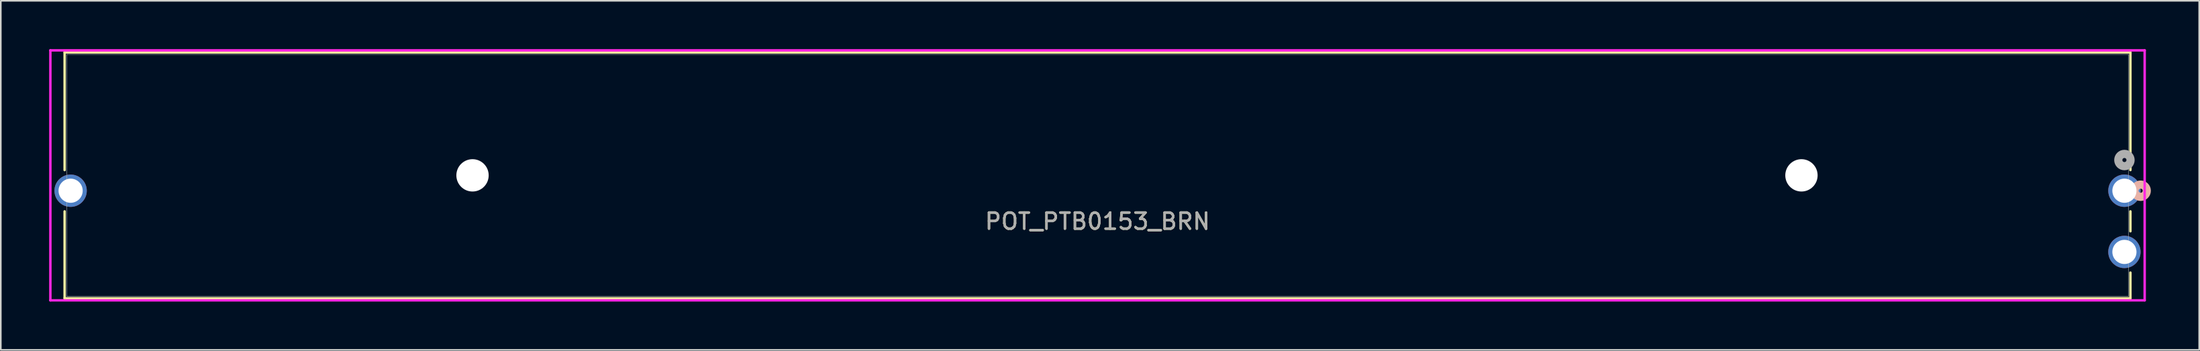
<source format=kicad_pcb>
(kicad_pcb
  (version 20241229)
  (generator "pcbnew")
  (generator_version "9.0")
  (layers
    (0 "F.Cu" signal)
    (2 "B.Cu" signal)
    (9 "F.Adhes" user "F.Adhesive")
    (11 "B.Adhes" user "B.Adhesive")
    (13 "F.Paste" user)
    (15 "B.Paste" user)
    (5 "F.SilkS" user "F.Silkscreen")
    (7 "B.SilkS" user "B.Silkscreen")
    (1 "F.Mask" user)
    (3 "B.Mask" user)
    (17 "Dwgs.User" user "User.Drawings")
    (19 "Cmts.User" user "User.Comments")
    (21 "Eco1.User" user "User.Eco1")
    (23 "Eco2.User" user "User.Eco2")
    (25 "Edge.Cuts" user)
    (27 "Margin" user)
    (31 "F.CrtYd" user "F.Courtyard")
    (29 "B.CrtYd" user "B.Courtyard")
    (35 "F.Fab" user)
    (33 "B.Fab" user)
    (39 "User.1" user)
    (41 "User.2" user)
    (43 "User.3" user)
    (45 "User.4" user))
  (footprint "POT_PTB0153_BRN"
    (layer "F.Cu")
    (at 65.084 7.836)
    (property "Reference" "POT_PTB0153_BRN" (at 0 2.854 0) (unlocked yes) (layer "F.SilkS") (effects (font (size 1 1) (thickness 0.15))))
    (attr through_hole)
    (fp_line (start -64.122 -7.633) (end -64.122 -0.329) (stroke (width 0.152) (type solid)) (layer "F.SilkS"))
    (fp_line (start -64.122 2.237) (end -64.122 7.633) (stroke (width 0.152) (type solid)) (layer "F.SilkS"))
    (fp_line (start -64.122 7.633) (end 64.122 7.633) (stroke (width 0.152) (type solid)) (layer "F.SilkS"))
    (fp_line (start 64.122 -7.633) (end -64.122 -7.633) (stroke (width 0.152) (type solid)) (layer "F.SilkS"))
    (fp_line (start 64.122 -0.329) (end 64.122 -7.633) (stroke (width 0.152) (type solid)) (layer "F.SilkS"))
    (fp_line (start 64.122 3.471) (end 64.122 2.237) (stroke (width 0.152) (type solid)) (layer "F.SilkS"))
    (fp_line (start 64.122 7.633) (end 64.122 6.037) (stroke (width 0.152) (type solid)) (layer "F.SilkS"))
    (fp_circle (center 64.757 0.954) (end 65.138 0.954) (stroke (width 0.508) (type solid)) (fill no) (layer "B.SilkS"))
    (fp_line (start -65.007 -7.76) (end -65.007 7.76) (stroke (width 0.152) (type solid)) (layer "F.CrtYd"))
    (fp_line (start -65.007 7.76) (end 65.007 7.76) (stroke (width 0.152) (type solid)) (layer "F.CrtYd"))
    (fp_line (start 65.007 -7.76) (end -65.007 -7.76) (stroke (width 0.152) (type solid)) (layer "F.CrtYd"))
    (fp_line (start 65.007 7.76) (end 65.007 -7.76) (stroke (width 0.152) (type solid)) (layer "F.CrtYd"))
    (fp_line (start -63.995 -7.506) (end -63.995 7.506) (stroke (width 0.025) (type solid)) (layer "F.Fab"))
    (fp_line (start -63.995 7.506) (end 63.995 7.506) (stroke (width 0.025) (type solid)) (layer "F.Fab"))
    (fp_line (start 63.995 -7.506) (end -63.995 -7.506) (stroke (width 0.025) (type solid)) (layer "F.Fab"))
    (fp_line (start 63.995 7.506) (end 63.995 -7.506) (stroke (width 0.025) (type solid)) (layer "F.Fab"))
    (fp_circle (center 63.75 -0.951) (end 64.131 -0.951) (stroke (width 0.508) (type solid)) (fill no) (layer "F.Fab"))
    (fp_text user "${REFERENCE}" (at 0 2.854 0) (unlocked yes) (layer "F.Fab") (effects (font (size 1 1) (thickness 0.15))))
    (pad "" np_thru_hole circle (at -38.8 0) (size 2.007 2.007) (drill 2.007) (layers "*.Cu" "*.Mask"))
    (pad "" np_thru_hole circle (at 43.7 0) (size 2.007 2.007) (drill 2.007) (layers "*.Cu" "*.Mask"))
    (pad "1" thru_hole circle (at 63.75 0.954) (size 2.007 2.007) (drill 1.499) (layers "*.Cu" "*.Mask"))
    (pad "2" thru_hole circle (at 63.75 4.754) (size 2.007 2.007) (drill 1.499) (layers "*.Cu" "*.Mask"))
    (pad "3" thru_hole circle (at -63.75 0.954) (size 2.007 2.007) (drill 1.499) (layers "*.Cu" "*.Mask")))
  (gr_rect
    (start -3 -3)
    (end 133.476 18.672)
    (stroke (width 0.1) (type default))
    (fill no)
    (layer "Edge.Cuts")))
</source>
